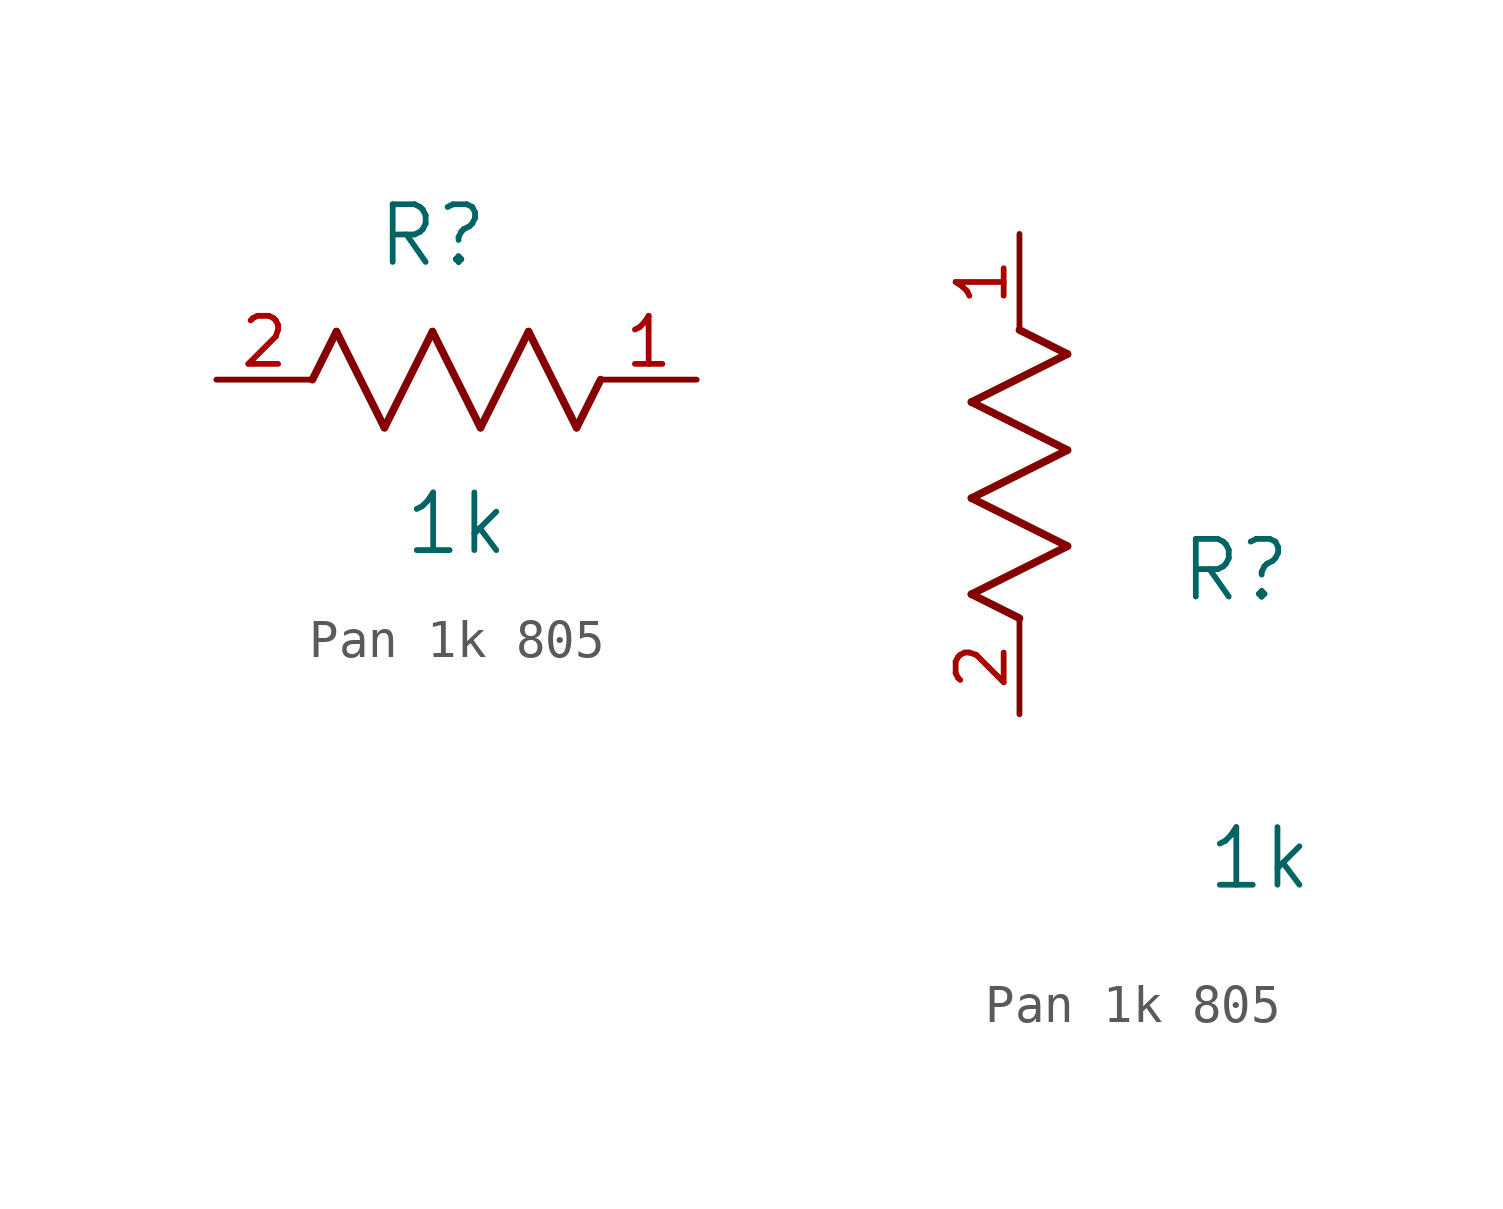
<source format=kicad_sym>
(kicad_symbol_lib
  (version 20220914)
  (generator kicad_symbol_editor)
  (symbol "Pan 1k 805"
    (pin_names
      (offset 0.254))
    (property "Reference" "R"
      (at 5.715 3.81 0)
      (effects (font (size 1.524 1.524))))
    (property "Value" "1k"
      (at 6.35 -3.81 0)
      (effects (font (size 1.524 1.524))))
    (property "ki_locked" ""
      (at 0 0 0)
      (effects (font (size 1.27 1.27))))
    (symbol "Pan 1k 805_1_1"
      (polyline (pts (xy 2.54 0) (xy 3.175 1.27)) (stroke (width 0.203) (type default)) (fill (type none)))
      (polyline (pts (xy 3.175 1.27) (xy 4.445 -1.27)) (stroke (width 0.203) (type default)) (fill (type none)))
      (polyline (pts (xy 4.445 -1.27) (xy 5.715 1.27)) (stroke (width 0.203) (type default)) (fill (type none)))
      (polyline (pts (xy 5.715 1.27) (xy 6.985 -1.27)) (stroke (width 0.203) (type default)) (fill (type none)))
      (polyline (pts (xy 6.985 -1.27) (xy 8.255 1.27)) (stroke (width 0.203) (type default)) (fill (type none)))
      (polyline (pts (xy 8.255 1.27) (xy 9.525 -1.27)) (stroke (width 0.203) (type default)) (fill (type none)))
      (polyline (pts (xy 9.525 -1.27) (xy 10.16 0)) (stroke (width 0.203) (type default)) (fill (type none)))
      (pin unspecified line (at 12.7 0 180) (length 2.54) (name "" (effects (font (size 1.27 1.27)))) (number "1" (effects (font (size 1.27 1.27)))))
      (pin unspecified line (at 0 0 0) (length 2.54) (name "" (effects (font (size 1.27 1.27)))) (number "2" (effects (font (size 1.27 1.27))))))
    (symbol "Pan 1k 805_1_2"
      (polyline (pts (xy -1.27 3.175) (xy 1.27 4.445)) (stroke (width 0.203) (type default)) (fill (type none)))
      (polyline (pts (xy -1.27 5.715) (xy 1.27 6.985)) (stroke (width 0.203) (type default)) (fill (type none)))
      (polyline (pts (xy -1.27 8.255) (xy 1.27 9.525)) (stroke (width 0.203) (type default)) (fill (type none)))
      (polyline (pts (xy 0 2.54) (xy -1.27 3.175)) (stroke (width 0.203) (type default)) (fill (type none)))
      (polyline (pts (xy 1.27 4.445) (xy -1.27 5.715)) (stroke (width 0.203) (type default)) (fill (type none)))
      (polyline (pts (xy 1.27 6.985) (xy -1.27 8.255)) (stroke (width 0.203) (type default)) (fill (type none)))
      (polyline (pts (xy 1.27 9.525) (xy 0 10.16)) (stroke (width 0.203) (type default)) (fill (type none)))
      (pin unspecified line (at 0 12.7 270) (length 2.54) (name "" (effects (font (size 1.27 1.27)))) (number "1" (effects (font (size 1.27 1.27)))))
      (pin unspecified line (at 0 0 90) (length 2.54) (name "" (effects (font (size 1.27 1.27)))) (number "2" (effects (font (size 1.27 1.27))))))))
</source>
